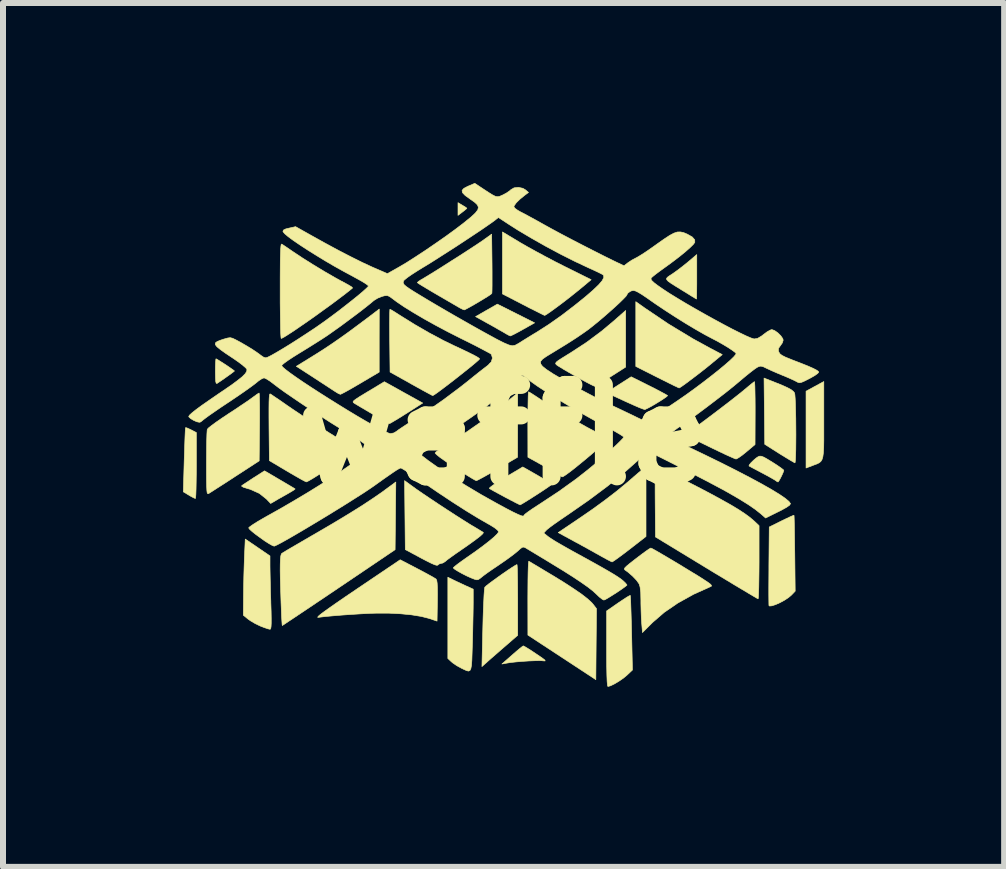
<source format=kicad_pcb>
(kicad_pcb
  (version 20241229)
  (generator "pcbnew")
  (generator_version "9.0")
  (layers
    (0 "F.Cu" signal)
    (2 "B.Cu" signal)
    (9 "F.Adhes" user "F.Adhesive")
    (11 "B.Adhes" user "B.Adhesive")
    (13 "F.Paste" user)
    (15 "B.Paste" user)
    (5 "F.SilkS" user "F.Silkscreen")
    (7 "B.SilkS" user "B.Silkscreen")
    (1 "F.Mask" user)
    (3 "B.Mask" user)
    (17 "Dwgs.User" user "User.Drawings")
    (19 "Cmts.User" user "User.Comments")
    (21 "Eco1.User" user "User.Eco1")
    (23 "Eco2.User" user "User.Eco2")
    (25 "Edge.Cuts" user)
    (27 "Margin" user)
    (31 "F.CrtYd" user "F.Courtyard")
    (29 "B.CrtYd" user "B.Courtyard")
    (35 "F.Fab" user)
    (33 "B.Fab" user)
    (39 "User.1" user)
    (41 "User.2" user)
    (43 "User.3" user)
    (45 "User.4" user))
  (footprint "waffle"
    (layer "F.Cu")
    (at 5.344 4.199)
    (property "Reference" "waffle" (at 0 0 0) (layer "F.SilkS") (effects (font (size 1.524 1.524) (thickness 0.3))))
    (attr through_hole)
    (fp_poly (pts (xy -0.688 -3.828) (xy -0.642 -3.8) (xy -0.616 -3.781) (xy -0.614 -3.779) (xy -0.629 -3.763) (xy -0.667 -3.732) (xy -0.688 -3.716) (xy -0.762 -3.66) (xy -0.762 -3.872) (xy -0.688 -3.828)) (stroke (width 0.01) (type solid)) (fill yes) (layer "F.SilkS"))
    (fp_poly (pts (xy 0.205 -2.025) (xy 0.515 -1.869) (xy 0.321 -1.76) (xy 0.24 -1.715) (xy 0.172 -1.679) (xy 0.126 -1.657) (xy 0.111 -1.651) (xy 0.084 -1.662) (xy 0.038 -1.687) (xy 0.032 -1.691) (xy -0.012 -1.717) (xy -0.083 -1.757) (xy -0.17 -1.807) (xy -0.251 -1.852) (xy -0.469 -1.973) (xy -0.288 -2.077) (xy -0.106 -2.181) (xy 0.205 -2.025)) (stroke (width 0.01) (type solid)) (fill yes) (layer "F.SilkS"))
    (fp_poly (pts (xy 5.334 -0.248) (xy 5.334 -0.06) (xy 5.334 0.09) (xy 5.332 0.208) (xy 5.327 0.297) (xy 5.318 0.362) (xy 5.304 0.409) (xy 5.284 0.441) (xy 5.257 0.463) (xy 5.221 0.481) (xy 5.175 0.498) (xy 5.146 0.509) (xy 5.038 0.55) (xy 5.038 -0.09) (xy 5.038 -0.73) (xy 5.186 -0.811) (xy 5.334 -0.891) (xy 5.334 -0.248)) (stroke (width 0.01) (type solid)) (fill yes) (layer "F.SilkS"))
    (fp_poly (pts (xy -5.281 -0.119) (xy -5.236 -0.099) (xy -5.209 -0.086) (xy -5.122 -0.041) (xy -5.122 0.508) (xy -5.123 0.656) (xy -5.125 0.789) (xy -5.127 0.901) (xy -5.13 0.987) (xy -5.134 1.041) (xy -5.138 1.058) (xy -5.164 1.048) (xy -5.213 1.022) (xy -5.247 1.002) (xy -5.339 0.947) (xy -5.324 0.415) (xy -5.319 0.27) (xy -5.315 0.139) (xy -5.311 0.029) (xy -5.307 -0.056) (xy -5.304 -0.108) (xy -5.302 -0.123) (xy -5.281 -0.119)) (stroke (width 0.01) (type solid)) (fill yes) (layer "F.SilkS"))
    (fp_poly (pts (xy 2.355 -2.113) (xy 2.745 -1.85) (xy 3.157 -1.601) (xy 3.435 -1.449) (xy 3.642 -1.34) (xy 3.479 -1.205) (xy 3.396 -1.137) (xy 3.304 -1.064) (xy 3.21 -0.991) (xy 3.12 -0.923) (xy 3.04 -0.863) (xy 2.976 -0.817) (xy 2.935 -0.79) (xy 2.923 -0.784) (xy 2.901 -0.794) (xy 2.847 -0.819) (xy 2.768 -0.858) (xy 2.67 -0.907) (xy 2.558 -0.963) (xy 2.556 -0.964) (xy 2.201 -1.143) (xy 2.201 -2.222) (xy 2.355 -2.113)) (stroke (width 0.01) (type solid)) (fill yes) (layer "F.SilkS"))
    (fp_poly (pts (xy 2.427 -0.819) (xy 2.53 -0.767) (xy 2.617 -0.721) (xy 2.684 -0.685) (xy 2.723 -0.662) (xy 2.731 -0.656) (xy 2.714 -0.639) (xy 2.669 -0.607) (xy 2.606 -0.566) (xy 2.534 -0.522) (xy 2.463 -0.48) (xy 2.401 -0.447) (xy 2.359 -0.427) (xy 2.348 -0.425) (xy 2.319 -0.434) (xy 2.259 -0.457) (xy 2.176 -0.493) (xy 2.076 -0.538) (xy 2.014 -0.566) (xy 1.711 -0.706) (xy 1.917 -0.838) (xy 2.124 -0.97) (xy 2.427 -0.819)) (stroke (width 0.01) (type solid)) (fill yes) (layer "F.SilkS"))
    (fp_poly (pts (xy 3.217 -2.636) (xy 3.217 -2.516) (xy 3.216 -2.412) (xy 3.215 -2.332) (xy 3.214 -2.281) (xy 3.212 -2.266) (xy 3.193 -2.277) (xy 3.145 -2.306) (xy 3.076 -2.349) (xy 2.993 -2.4) (xy 2.878 -2.471) (xy 2.795 -2.523) (xy 2.742 -2.56) (xy 2.716 -2.588) (xy 2.713 -2.61) (xy 2.731 -2.631) (xy 2.767 -2.657) (xy 2.817 -2.689) (xy 2.902 -2.75) (xy 2.997 -2.823) (xy 3.083 -2.893) (xy 3.217 -3.007) (xy 3.217 -2.636)) (stroke (width 0.01) (type solid)) (fill yes) (layer "F.SilkS"))
    (fp_poly (pts (xy -4.773 -1.259) (xy -4.728 -1.231) (xy -4.668 -1.193) (xy -4.604 -1.151) (xy -4.546 -1.111) (xy -4.504 -1.081) (xy -4.487 -1.067) (xy -4.487 -1.067) (xy -4.503 -1.053) (xy -4.544 -1.022) (xy -4.601 -0.981) (xy -4.663 -0.937) (xy -4.721 -0.897) (xy -4.765 -0.868) (xy -4.778 -0.859) (xy -4.791 -0.862) (xy -4.799 -0.89) (xy -4.803 -0.949) (xy -4.805 -1.044) (xy -4.805 -1.057) (xy -4.804 -1.146) (xy -4.801 -1.217) (xy -4.797 -1.261) (xy -4.794 -1.27) (xy -4.773 -1.259)) (stroke (width 0.01) (type solid)) (fill yes) (layer "F.SilkS"))
    (fp_poly (pts (xy 0.349 3.525) (xy 0.397 3.554) (xy 0.461 3.594) (xy 0.531 3.641) (xy 0.598 3.686) (xy 0.652 3.724) (xy 0.685 3.75) (xy 0.688 3.752) (xy 0.689 3.765) (xy 0.651 3.763) (xy 0.649 3.762) (xy 0.601 3.759) (xy 0.522 3.761) (xy 0.422 3.765) (xy 0.314 3.772) (xy 0.208 3.781) (xy 0.115 3.791) (xy 0.053 3.801) (xy -0.03 3.816) (xy 0.142 3.665) (xy 0.213 3.603) (xy 0.272 3.554) (xy 0.313 3.522) (xy 0.327 3.514) (xy 0.349 3.525)) (stroke (width 0.01) (type solid)) (fill yes) (layer "F.SilkS"))
    (fp_poly (pts (xy 0.44 2.116) (xy 0.493 2.148) (xy 0.571 2.194) (xy 0.667 2.252) (xy 0.777 2.318) (xy 0.794 2.328) (xy 0.997 2.452) (xy 1.163 2.56) (xy 1.296 2.651) (xy 1.396 2.729) (xy 1.467 2.794) (xy 1.494 2.826) (xy 1.546 2.894) (xy 1.54 3.486) (xy 1.535 4.077) (xy 0.403 3.334) (xy 0.402 2.713) (xy 0.403 2.557) (xy 0.404 2.415) (xy 0.406 2.294) (xy 0.409 2.198) (xy 0.413 2.133) (xy 0.417 2.104) (xy 0.418 2.103) (xy 0.44 2.116)) (stroke (width 0.01) (type solid)) (fill yes) (layer "F.SilkS"))
    (fp_poly (pts (xy 0.28 -3.203) (xy 0.395 -3.137) (xy 0.536 -3.059) (xy 0.692 -2.975) (xy 0.851 -2.891) (xy 1.003 -2.814) (xy 1.019 -2.806) (xy 1.457 -2.588) (xy 1.304 -2.46) (xy 1.223 -2.394) (xy 1.131 -2.32) (xy 1.035 -2.245) (xy 0.939 -2.172) (xy 0.85 -2.106) (xy 0.774 -2.051) (xy 0.717 -2.012) (xy 0.686 -1.994) (xy 0.682 -1.993) (xy 0.659 -2.003) (xy 0.605 -2.03) (xy 0.526 -2.07) (xy 0.427 -2.119) (xy 0.323 -2.173) (xy -0.021 -2.351) (xy -0.021 -3.384) (xy 0.28 -3.203)) (stroke (width 0.01) (type solid)) (fill yes) (layer "F.SilkS"))
    (fp_poly (pts (xy -3.734 0.745) (xy -3.642 0.799) (xy -3.564 0.845) (xy -3.507 0.879) (xy -3.478 0.897) (xy -3.476 0.899) (xy -3.489 0.911) (xy -3.531 0.938) (xy -3.592 0.974) (xy -3.592 0.974) (xy -3.672 1.019) (xy -3.752 1.064) (xy -3.799 1.092) (xy -3.884 1.141) (xy -3.953 1.068) (xy -4.072 0.973) (xy -4.224 0.905) (xy -4.285 0.887) (xy -4.339 0.87) (xy -4.367 0.853) (xy -4.367 0.846) (xy -4.343 0.828) (xy -4.291 0.794) (xy -4.221 0.748) (xy -4.168 0.713) (xy -3.986 0.597) (xy -3.734 0.745)) (stroke (width 0.01) (type solid)) (fill yes) (layer "F.SilkS"))
    (fp_poly (pts (xy -2.075 -1.573) (xy -2.075 -1.048) (xy -2.388 -0.863) (xy -2.492 -0.802) (xy -2.583 -0.75) (xy -2.657 -0.709) (xy -2.705 -0.685) (xy -2.721 -0.678) (xy -2.753 -0.69) (xy -2.783 -0.708) (xy -2.815 -0.728) (xy -2.875 -0.767) (xy -2.957 -0.821) (xy -3.054 -0.884) (xy -3.141 -0.941) (xy -3.456 -1.145) (xy -3.251 -1.271) (xy -3.111 -1.358) (xy -2.981 -1.441) (xy -2.857 -1.524) (xy -2.73 -1.612) (xy -2.594 -1.709) (xy -2.444 -1.82) (xy -2.271 -1.949) (xy -2.125 -2.06) (xy -2.074 -2.099) (xy -2.075 -1.573)) (stroke (width 0.01) (type solid)) (fill yes) (layer "F.SilkS"))
    (fp_poly (pts (xy -0.852 2.409) (xy -0.79 2.439) (xy -0.708 2.477) (xy -0.64 2.509) (xy -0.508 2.569) (xy -0.508 2.792) (xy -0.509 2.884) (xy -0.511 3.007) (xy -0.514 3.151) (xy -0.517 3.305) (xy -0.521 3.459) (xy -0.522 3.477) (xy -0.527 3.634) (xy -0.531 3.753) (xy -0.537 3.838) (xy -0.548 3.894) (xy -0.563 3.924) (xy -0.587 3.934) (xy -0.62 3.926) (xy -0.664 3.906) (xy -0.709 3.884) (xy -0.782 3.844) (xy -0.848 3.799) (xy -0.873 3.778) (xy -0.931 3.724) (xy -0.931 2.37) (xy -0.852 2.409)) (stroke (width 0.01) (type solid)) (fill yes) (layer "F.SilkS"))
    (fp_poly (pts (xy 2.111 2.696) (xy 2.115 2.755) (xy 2.118 2.846) (xy 2.122 2.963) (xy 2.126 3.102) (xy 2.13 3.256) (xy 2.131 3.299) (xy 2.145 3.916) (xy 2.055 4.001) (xy 1.995 4.051) (xy 1.921 4.102) (xy 1.846 4.147) (xy 1.78 4.179) (xy 1.736 4.191) (xy 1.729 4.17) (xy 1.723 4.106) (xy 1.719 4.001) (xy 1.716 3.853) (xy 1.715 3.663) (xy 1.715 3.561) (xy 1.715 2.932) (xy 1.908 2.798) (xy 1.986 2.746) (xy 2.05 2.704) (xy 2.094 2.679) (xy 2.109 2.673) (xy 2.111 2.696)) (stroke (width 0.01) (type solid)) (fill yes) (layer "F.SilkS"))
    (fp_poly (pts (xy -1.669 -0.71) (xy -1.35 -0.533) (xy -1.442 -0.474) (xy -1.599 -0.374) (xy -1.721 -0.297) (xy -1.812 -0.242) (xy -1.871 -0.207) (xy -1.9 -0.191) (xy -1.904 -0.191) (xy -1.926 -0.201) (xy -1.977 -0.229) (xy -2.052 -0.271) (xy -2.142 -0.323) (xy -2.181 -0.346) (xy -2.279 -0.404) (xy -2.368 -0.456) (xy -2.438 -0.498) (xy -2.483 -0.525) (xy -2.491 -0.53) (xy -2.507 -0.542) (xy -2.51 -0.555) (xy -2.496 -0.574) (xy -2.461 -0.6) (xy -2.4 -0.64) (xy -2.309 -0.695) (xy -2.263 -0.723) (xy -1.989 -0.888) (xy -1.669 -0.71)) (stroke (width 0.01) (type solid)) (fill yes) (layer "F.SilkS"))
    (fp_poly (pts (xy 4.513 -0.88) (xy 4.638 -0.83) (xy 4.728 -0.789) (xy 4.789 -0.756) (xy 4.827 -0.726) (xy 4.847 -0.7) (xy 4.852 -0.669) (xy 4.857 -0.605) (xy 4.861 -0.514) (xy 4.864 -0.401) (xy 4.867 -0.275) (xy 4.868 -0.141) (xy 4.869 -0.006) (xy 4.868 0.124) (xy 4.867 0.242) (xy 4.864 0.341) (xy 4.861 0.414) (xy 4.856 0.457) (xy 4.852 0.464) (xy 4.83 0.452) (xy 4.778 0.422) (xy 4.705 0.378) (xy 4.617 0.324) (xy 4.593 0.309) (xy 4.35 0.155) (xy 4.344 -0.397) (xy 4.338 -0.949) (xy 4.513 -0.88)) (stroke (width 0.01) (type solid)) (fill yes) (layer "F.SilkS"))
    (fp_poly (pts (xy 2.032 -1.132) (xy 1.785 -0.974) (xy 1.694 -0.916) (xy 1.617 -0.866) (xy 1.559 -0.83) (xy 1.528 -0.811) (xy 1.525 -0.81) (xy 1.503 -0.817) (xy 1.451 -0.842) (xy 1.378 -0.88) (xy 1.29 -0.928) (xy 1.28 -0.933) (xy 1.179 -0.99) (xy 1.081 -1.046) (xy 0.997 -1.095) (xy 0.944 -1.128) (xy 0.901 -1.154) (xy 0.874 -1.174) (xy 0.864 -1.193) (xy 0.875 -1.214) (xy 0.911 -1.243) (xy 0.975 -1.284) (xy 1.07 -1.343) (xy 1.111 -1.368) (xy 1.382 -1.545) (xy 1.63 -1.73) (xy 1.831 -1.898) (xy 2.032 -2.075) (xy 2.032 -1.132)) (stroke (width 0.01) (type solid)) (fill yes) (layer "F.SilkS"))
    (fp_poly (pts (xy 2.371 1.691) (xy 2.097 1.904) (xy 2.004 1.975) (xy 1.922 2.036) (xy 1.858 2.082) (xy 1.817 2.109) (xy 1.806 2.115) (xy 1.781 2.104) (xy 1.728 2.077) (xy 1.659 2.039) (xy 1.63 2.023) (xy 1.551 1.979) (xy 1.448 1.921) (xy 1.332 1.857) (xy 1.215 1.793) (xy 1.19 1.78) (xy 0.908 1.626) (xy 1.252 1.394) (xy 1.49 1.23) (xy 1.698 1.078) (xy 1.885 0.934) (xy 2.059 0.79) (xy 2.104 0.752) (xy 2.177 0.688) (xy 2.246 0.629) (xy 2.298 0.585) (xy 2.31 0.575) (xy 2.371 0.526) (xy 2.371 1.691)) (stroke (width 0.01) (type solid)) (fill yes) (layer "F.SilkS"))
    (fp_poly (pts (xy 4.839 1.36) (xy 4.841 1.419) (xy 4.843 1.509) (xy 4.845 1.627) (xy 4.847 1.765) (xy 4.849 1.92) (xy 4.85 1.973) (xy 4.857 2.602) (xy 4.795 2.667) (xy 4.744 2.71) (xy 4.677 2.754) (xy 4.603 2.794) (xy 4.531 2.826) (xy 4.47 2.846) (xy 4.43 2.85) (xy 4.42 2.842) (xy 4.419 2.818) (xy 4.418 2.756) (xy 4.417 2.663) (xy 4.417 2.543) (xy 4.418 2.402) (xy 4.419 2.246) (xy 4.419 2.179) (xy 4.425 1.533) (xy 4.628 1.432) (xy 4.711 1.392) (xy 4.779 1.36) (xy 4.824 1.341) (xy 4.837 1.338) (xy 4.839 1.36)) (stroke (width 0.01) (type solid)) (fill yes) (layer "F.SilkS"))
    (fp_poly (pts (xy -4.101 1.874) (xy -3.895 2.015) (xy -3.895 2.179) (xy -3.894 2.251) (xy -3.892 2.356) (xy -3.889 2.485) (xy -3.886 2.627) (xy -3.881 2.773) (xy -3.881 2.791) (xy -3.876 2.942) (xy -3.874 3.056) (xy -3.874 3.137) (xy -3.877 3.191) (xy -3.882 3.222) (xy -3.89 3.236) (xy -3.897 3.237) (xy -3.931 3.229) (xy -3.99 3.209) (xy -4.055 3.184) (xy -4.137 3.145) (xy -4.217 3.098) (xy -4.261 3.067) (xy -4.339 3.003) (xy -4.336 2.681) (xy -4.334 2.532) (xy -4.331 2.363) (xy -4.326 2.195) (xy -4.321 2.048) (xy -4.321 2.047) (xy -4.307 1.734) (xy -4.101 1.874)) (stroke (width 0.01) (type solid)) (fill yes) (layer "F.SilkS"))
    (fp_poly (pts (xy 4.295 0.354) (xy 4.336 0.37) (xy 4.396 0.404) (xy 4.478 0.454) (xy 4.556 0.504) (xy 4.618 0.547) (xy 4.657 0.577) (xy 4.667 0.588) (xy 4.659 0.617) (xy 4.638 0.665) (xy 4.612 0.718) (xy 4.587 0.762) (xy 4.572 0.782) (xy 4.571 0.783) (xy 4.547 0.771) (xy 4.539 0.764) (xy 4.513 0.747) (xy 4.458 0.715) (xy 4.382 0.673) (xy 4.307 0.633) (xy 4.222 0.588) (xy 4.152 0.551) (xy 4.104 0.525) (xy 4.087 0.515) (xy 4.093 0.496) (xy 4.122 0.461) (xy 4.164 0.42) (xy 4.209 0.382) (xy 4.241 0.361) (xy 4.266 0.352) (xy 4.295 0.354)) (stroke (width 0.01) (type solid)) (fill yes) (layer "F.SilkS"))
    (fp_poly (pts (xy 0.561 0.671) (xy 0.667 0.733) (xy 0.738 0.779) (xy 0.777 0.811) (xy 0.786 0.831) (xy 0.784 0.835) (xy 0.761 0.853) (xy 0.712 0.887) (xy 0.643 0.933) (xy 0.562 0.986) (xy 0.479 1.039) (xy 0.4 1.089) (xy 0.334 1.13) (xy 0.289 1.156) (xy 0.273 1.164) (xy 0.252 1.154) (xy 0.201 1.129) (xy 0.128 1.091) (xy 0.038 1.044) (xy 0.021 1.035) (xy -0.071 0.985) (xy -0.151 0.942) (xy -0.209 0.909) (xy -0.238 0.891) (xy -0.24 0.889) (xy -0.229 0.874) (xy -0.186 0.841) (xy -0.119 0.795) (xy -0.032 0.74) (xy 0.03 0.703) (xy 0.317 0.532) (xy 0.561 0.671)) (stroke (width 0.01) (type solid)) (fill yes) (layer "F.SilkS"))
    (fp_poly (pts (xy 0.224 2.179) (xy 0.227 2.237) (xy 0.229 2.325) (xy 0.231 2.44) (xy 0.232 2.576) (xy 0.233 2.728) (xy 0.233 2.749) (xy 0.233 3.338) (xy 0.037 3.508) (xy -0.051 3.584) (xy -0.139 3.661) (xy -0.215 3.727) (xy -0.261 3.768) (xy -0.363 3.859) (xy -0.348 3.215) (xy -0.344 3.053) (xy -0.339 2.903) (xy -0.333 2.772) (xy -0.328 2.665) (xy -0.322 2.586) (xy -0.317 2.543) (xy -0.315 2.537) (xy -0.294 2.516) (xy -0.245 2.477) (xy -0.176 2.426) (xy -0.096 2.368) (xy -0.011 2.308) (xy 0.07 2.252) (xy 0.141 2.205) (xy 0.194 2.172) (xy 0.22 2.159) (xy 0.221 2.159) (xy 0.224 2.179)) (stroke (width 0.01) (type solid)) (fill yes) (layer "F.SilkS"))
    (fp_poly (pts (xy -1.54 0.842) (xy -1.46 0.9) (xy -1.353 0.974) (xy -1.225 1.06) (xy -1.087 1.152) (xy -0.945 1.245) (xy -0.808 1.334) (xy -0.684 1.413) (xy -0.582 1.477) (xy -0.54 1.503) (xy -0.46 1.55) (xy -0.394 1.59) (xy -0.351 1.616) (xy -0.339 1.624) (xy -0.347 1.643) (xy -0.391 1.684) (xy -0.47 1.745) (xy -0.583 1.827) (xy -0.714 1.918) (xy -0.804 1.98) (xy -0.882 2.036) (xy -0.941 2.079) (xy -0.973 2.106) (xy -0.976 2.109) (xy -1.017 2.134) (xy -1.039 2.138) (xy -1.08 2.151) (xy -1.094 2.165) (xy -1.111 2.172) (xy -1.148 2.163) (xy -1.208 2.137) (xy -1.298 2.092) (xy -1.376 2.051) (xy -1.64 1.909) (xy -1.646 1.334) (xy -1.652 0.76) (xy -1.54 0.842)) (stroke (width 0.01) (type solid)) (fill yes) (layer "F.SilkS"))
    (fp_poly (pts (xy -1.439 2.228) (xy -1.338 2.281) (xy -1.248 2.33) (xy -1.178 2.369) (xy -1.135 2.395) (xy -1.127 2.401) (xy -1.116 2.423) (xy -1.109 2.469) (xy -1.105 2.543) (xy -1.104 2.651) (xy -1.105 2.764) (xy -1.111 3.101) (xy -1.249 3.055) (xy -1.375 3.023) (xy -1.534 2.997) (xy -1.717 2.979) (xy -1.915 2.969) (xy -2.119 2.969) (xy -2.223 2.972) (xy -2.379 2.98) (xy -2.54 2.99) (xy -2.697 3.001) (xy -2.841 3.013) (xy -2.964 3.024) (xy -3.058 3.035) (xy -3.09 3.039) (xy -3.101 3.037) (xy -3.09 3.021) (xy -3.056 2.991) (xy -2.996 2.946) (xy -2.908 2.883) (xy -2.791 2.801) (xy -2.643 2.699) (xy -2.461 2.576) (xy -2.445 2.565) (xy -1.725 2.079) (xy -1.439 2.228)) (stroke (width 0.01) (type solid)) (fill yes) (layer "F.SilkS"))
    (fp_poly (pts (xy 0.232 -0.166) (xy 0.231 0.37) (xy -0.103 0.566) (xy -0.21 0.629) (xy -0.306 0.683) (xy -0.383 0.725) (xy -0.435 0.752) (xy -0.457 0.761) (xy -0.481 0.75) (xy -0.533 0.72) (xy -0.607 0.675) (xy -0.693 0.621) (xy -0.709 0.611) (xy -0.854 0.516) (xy -0.973 0.436) (xy -1.062 0.373) (xy -1.119 0.327) (xy -1.143 0.301) (xy -1.143 0.299) (xy -1.126 0.28) (xy -1.085 0.252) (xy -1.074 0.245) (xy -0.992 0.195) (xy -0.884 0.126) (xy -0.76 0.044) (xy -0.626 -0.046) (xy -0.492 -0.139) (xy -0.363 -0.229) (xy -0.249 -0.311) (xy -0.157 -0.38) (xy -0.106 -0.42) (xy -0.023 -0.49) (xy 0.057 -0.556) (xy 0.123 -0.611) (xy 0.153 -0.636) (xy 0.233 -0.702) (xy 0.232 -0.166)) (stroke (width 0.01) (type solid)) (fill yes) (layer "F.SilkS"))
    (fp_poly (pts (xy -1.804 1.347) (xy -1.81 1.911) (xy -2.746 2.543) (xy -2.924 2.663) (xy -3.091 2.775) (xy -3.244 2.878) (xy -3.38 2.969) (xy -3.495 3.046) (xy -3.587 3.107) (xy -3.651 3.15) (xy -3.685 3.172) (xy -3.69 3.175) (xy -3.693 3.155) (xy -3.697 3.099) (xy -3.702 3.014) (xy -3.706 2.906) (xy -3.711 2.782) (xy -3.711 2.778) (xy -3.718 2.565) (xy -3.723 2.391) (xy -3.725 2.253) (xy -3.724 2.146) (xy -3.721 2.068) (xy -3.715 2.015) (xy -3.706 1.984) (xy -3.699 1.974) (xy -3.674 1.958) (xy -3.618 1.924) (xy -3.535 1.875) (xy -3.43 1.814) (xy -3.31 1.744) (xy -3.186 1.672) (xy -2.879 1.493) (xy -2.609 1.331) (xy -2.374 1.185) (xy -2.174 1.053) (xy -2.005 0.936) (xy -1.978 0.915) (xy -1.798 0.783) (xy -1.804 1.347)) (stroke (width 0.01) (type solid)) (fill yes) (layer "F.SilkS"))
    (fp_poly (pts (xy 0.435 -0.709) (xy 0.483 -0.679) (xy 0.551 -0.635) (xy 0.609 -0.596) (xy 0.987 -0.357) (xy 1.378 -0.134) (xy 1.472 -0.084) (xy 1.566 -0.034) (xy 1.645 0.008) (xy 1.704 0.04) (xy 1.733 0.057) (xy 1.736 0.059) (xy 1.727 0.077) (xy 1.69 0.117) (xy 1.63 0.173) (xy 1.553 0.242) (xy 1.465 0.319) (xy 1.37 0.399) (xy 1.274 0.478) (xy 1.183 0.552) (xy 1.102 0.615) (xy 1.036 0.663) (xy 0.991 0.692) (xy 0.974 0.698) (xy 0.951 0.686) (xy 0.921 0.665) (xy 0.886 0.643) (xy 0.824 0.605) (xy 0.741 0.558) (xy 0.647 0.505) (xy 0.641 0.502) (xy 0.403 0.37) (xy 0.402 -0.175) (xy 0.403 -0.322) (xy 0.404 -0.453) (xy 0.406 -0.565) (xy 0.408 -0.65) (xy 0.411 -0.703) (xy 0.414 -0.72) (xy 0.435 -0.709)) (stroke (width 0.01) (type solid)) (fill yes) (layer "F.SilkS"))
    (fp_poly (pts (xy -1.875 -2.085) (xy -1.826 -2.056) (xy -1.759 -2.013) (xy -1.71 -1.982) (xy -1.482 -1.84) (xy -1.241 -1.701) (xy -1.005 -1.575) (xy -0.826 -1.488) (xy -0.676 -1.418) (xy -0.562 -1.363) (xy -0.481 -1.322) (xy -0.43 -1.293) (xy -0.405 -1.274) (xy -0.402 -1.268) (xy -0.418 -1.25) (xy -0.462 -1.211) (xy -0.529 -1.155) (xy -0.612 -1.088) (xy -0.706 -1.013) (xy -0.805 -0.935) (xy -0.903 -0.859) (xy -0.995 -0.789) (xy -1.075 -0.729) (xy -1.136 -0.685) (xy -1.174 -0.661) (xy -1.183 -0.657) (xy -1.205 -0.667) (xy -1.257 -0.695) (xy -1.335 -0.737) (xy -1.431 -0.79) (xy -1.541 -0.851) (xy -1.545 -0.854) (xy -1.894 -1.049) (xy -1.9 -1.572) (xy -1.901 -1.716) (xy -1.902 -1.845) (xy -1.901 -1.953) (xy -1.9 -2.034) (xy -1.898 -2.083) (xy -1.896 -2.095) (xy -1.875 -2.085)) (stroke (width 0.01) (type solid)) (fill yes) (layer "F.SilkS"))
    (fp_poly (pts (xy 2.557 0.523) (xy 2.612 0.55) (xy 2.693 0.591) (xy 2.795 0.643) (xy 2.912 0.702) (xy 2.958 0.725) (xy 3.215 0.857) (xy 3.437 0.973) (xy 3.626 1.076) (xy 3.785 1.165) (xy 3.916 1.244) (xy 4.022 1.314) (xy 4.106 1.376) (xy 4.171 1.432) (xy 4.175 1.435) (xy 4.255 1.511) (xy 4.255 2.121) (xy 4.254 2.277) (xy 4.252 2.418) (xy 4.25 2.538) (xy 4.247 2.634) (xy 4.244 2.699) (xy 4.24 2.728) (xy 4.239 2.73) (xy 4.218 2.719) (xy 4.165 2.688) (xy 4.082 2.639) (xy 3.975 2.575) (xy 3.846 2.498) (xy 3.699 2.409) (xy 3.537 2.312) (xy 3.376 2.214) (xy 2.529 1.699) (xy 2.524 1.102) (xy 2.523 0.948) (xy 2.523 0.81) (xy 2.524 0.691) (xy 2.527 0.599) (xy 2.53 0.537) (xy 2.534 0.512) (xy 2.534 0.511) (xy 2.557 0.523)) (stroke (width 0.01) (type solid)) (fill yes) (layer "F.SilkS"))
    (fp_poly (pts (xy 4.182 -0.869) (xy 4.185 -0.812) (xy 4.187 -0.724) (xy 4.189 -0.611) (xy 4.19 -0.479) (xy 4.19 -0.365) (xy 4.188 0.159) (xy 4.044 0.28) (xy 3.976 0.335) (xy 3.918 0.376) (xy 3.879 0.398) (xy 3.87 0.4) (xy 3.844 0.391) (xy 3.785 0.365) (xy 3.7 0.327) (xy 3.595 0.277) (xy 3.476 0.22) (xy 3.429 0.197) (xy 3.294 0.131) (xy 3.193 0.081) (xy 3.121 0.044) (xy 3.076 0.017) (xy 3.052 -0.002) (xy 3.045 -0.016) (xy 3.052 -0.027) (xy 3.068 -0.039) (xy 3.068 -0.039) (xy 3.13 -0.082) (xy 3.217 -0.145) (xy 3.324 -0.224) (xy 3.443 -0.313) (xy 3.567 -0.407) (xy 3.69 -0.501) (xy 3.804 -0.589) (xy 3.903 -0.667) (xy 3.979 -0.728) (xy 4.015 -0.758) (xy 4.082 -0.814) (xy 4.137 -0.859) (xy 4.171 -0.885) (xy 4.179 -0.889) (xy 4.182 -0.869)) (stroke (width 0.01) (type solid)) (fill yes) (layer "F.SilkS"))
    (fp_poly (pts (xy -0.195 -2.865) (xy -0.194 -2.725) (xy -0.194 -2.599) (xy -0.194 -2.494) (xy -0.195 -2.414) (xy -0.197 -2.368) (xy -0.199 -2.359) (xy -0.218 -2.342) (xy -0.266 -2.31) (xy -0.334 -2.268) (xy -0.412 -2.221) (xy -0.492 -2.174) (xy -0.566 -2.132) (xy -0.625 -2.1) (xy -0.656 -2.085) (xy -0.679 -2.092) (xy -0.725 -2.115) (xy -0.743 -2.125) (xy -0.925 -2.231) (xy -1.073 -2.317) (xy -1.191 -2.386) (xy -1.282 -2.44) (xy -1.348 -2.48) (xy -1.394 -2.508) (xy -1.423 -2.527) (xy -1.436 -2.537) (xy -1.439 -2.541) (xy -1.422 -2.558) (xy -1.38 -2.586) (xy -1.349 -2.603) (xy -1.295 -2.636) (xy -1.211 -2.687) (xy -1.106 -2.752) (xy -0.986 -2.828) (xy -0.858 -2.91) (xy -0.728 -2.992) (xy -0.605 -3.072) (xy -0.493 -3.145) (xy -0.401 -3.206) (xy -0.335 -3.251) (xy -0.323 -3.26) (xy -0.201 -3.347) (xy -0.195 -2.865)) (stroke (width 0.01) (type solid)) (fill yes) (layer "F.SilkS"))
    (fp_poly (pts (xy -3.864 -0.668) (xy -3.81 -0.631) (xy -3.734 -0.58) (xy -3.645 -0.518) (xy -3.598 -0.485) (xy -3.492 -0.413) (xy -3.363 -0.327) (xy -3.219 -0.234) (xy -3.069 -0.137) (xy -2.921 -0.044) (xy -2.783 0.042) (xy -2.663 0.115) (xy -2.57 0.17) (xy -2.567 0.172) (xy -2.515 0.203) (xy -2.483 0.226) (xy -2.477 0.233) (xy -2.495 0.252) (xy -2.542 0.29) (xy -2.612 0.342) (xy -2.7 0.405) (xy -2.799 0.473) (xy -2.903 0.544) (xy -3.006 0.612) (xy -3.102 0.674) (xy -3.184 0.725) (xy -3.247 0.762) (xy -3.284 0.78) (xy -3.29 0.781) (xy -3.315 0.77) (xy -3.37 0.741) (xy -3.447 0.697) (xy -3.541 0.643) (xy -3.609 0.603) (xy -3.905 0.427) (xy -3.911 -0.137) (xy -3.912 -0.311) (xy -3.912 -0.447) (xy -3.911 -0.548) (xy -3.908 -0.619) (xy -3.904 -0.662) (xy -3.898 -0.683) (xy -3.89 -0.685) (xy -3.864 -0.668)) (stroke (width 0.01) (type solid)) (fill yes) (layer "F.SilkS"))
    (fp_poly (pts (xy -4.073 -0.678) (xy -4.071 -0.621) (xy -4.069 -0.533) (xy -4.068 -0.418) (xy -4.068 -0.284) (xy -4.069 -0.134) (xy -4.069 -0.134) (xy -4.075 0.431) (xy -4.477 0.692) (xy -4.595 0.769) (xy -4.702 0.838) (xy -4.794 0.897) (xy -4.864 0.942) (xy -4.907 0.969) (xy -4.916 0.975) (xy -4.927 0.979) (xy -4.936 0.974) (xy -4.943 0.956) (xy -4.947 0.919) (xy -4.95 0.859) (xy -4.952 0.771) (xy -4.953 0.65) (xy -4.953 0.493) (xy -4.953 0.468) (xy -4.952 0.321) (xy -4.951 0.187) (xy -4.949 0.072) (xy -4.946 -0.018) (xy -4.942 -0.077) (xy -4.939 -0.096) (xy -4.918 -0.119) (xy -4.866 -0.16) (xy -4.791 -0.215) (xy -4.697 -0.28) (xy -4.59 -0.351) (xy -4.585 -0.355) (xy -4.472 -0.428) (xy -4.367 -0.499) (xy -4.276 -0.56) (xy -4.207 -0.609) (xy -4.167 -0.638) (xy -4.118 -0.674) (xy -4.084 -0.696) (xy -4.076 -0.699) (xy -4.073 -0.678)) (stroke (width 0.01) (type solid)) (fill yes) (layer "F.SilkS"))
    (fp_poly (pts (xy -3.698 -3.181) (xy -3.669 -3.162) (xy -3.615 -3.126) (xy -3.545 -3.078) (xy -3.513 -3.056) (xy -3.355 -2.951) (xy -3.177 -2.839) (xy -2.994 -2.728) (xy -2.821 -2.628) (xy -2.72 -2.572) (xy -2.628 -2.523) (xy -2.568 -2.489) (xy -2.534 -2.468) (xy -2.521 -2.455) (xy -2.524 -2.444) (xy -2.538 -2.433) (xy -2.544 -2.429) (xy -2.638 -2.354) (xy -2.749 -2.27) (xy -2.872 -2.178) (xy -3.002 -2.084) (xy -3.133 -1.989) (xy -3.262 -1.898) (xy -3.384 -1.814) (xy -3.493 -1.739) (xy -3.585 -1.679) (xy -3.655 -1.635) (xy -3.698 -1.612) (xy -3.708 -1.609) (xy -3.712 -1.629) (xy -3.716 -1.687) (xy -3.719 -1.778) (xy -3.721 -1.898) (xy -3.723 -2.041) (xy -3.725 -2.204) (xy -3.725 -2.381) (xy -3.725 -2.403) (xy -3.725 -2.613) (xy -3.724 -2.784) (xy -3.723 -2.92) (xy -3.72 -3.023) (xy -3.717 -3.098) (xy -3.713 -3.147) (xy -3.708 -3.174) (xy -3.701 -3.182) (xy -3.698 -3.181)) (stroke (width 0.01) (type solid)) (fill yes) (layer "F.SilkS"))
    (fp_poly (pts (xy 2.475 1.894) (xy 2.53 1.924) (xy 2.611 1.971) (xy 2.713 2.031) (xy 2.833 2.102) (xy 2.965 2.181) (xy 2.987 2.195) (xy 3.136 2.286) (xy 3.253 2.357) (xy 3.34 2.413) (xy 3.401 2.453) (xy 3.44 2.482) (xy 3.459 2.502) (xy 3.463 2.515) (xy 3.454 2.524) (xy 3.448 2.526) (xy 3.162 2.655) (xy 2.903 2.799) (xy 2.674 2.956) (xy 2.482 3.122) (xy 2.474 3.13) (xy 2.312 3.292) (xy 2.299 3.135) (xy 2.293 3.042) (xy 2.289 2.926) (xy 2.286 2.806) (xy 2.286 2.758) (xy 2.283 2.625) (xy 2.272 2.532) (xy 2.256 2.481) (xy 2.214 2.421) (xy 2.148 2.352) (xy 2.073 2.287) (xy 2.036 2.26) (xy 2.017 2.246) (xy 2.01 2.232) (xy 2.019 2.213) (xy 2.048 2.184) (xy 2.101 2.14) (xy 2.183 2.076) (xy 2.209 2.056) (xy 2.293 1.992) (xy 2.365 1.939) (xy 2.42 1.901) (xy 2.45 1.884) (xy 2.452 1.884) (xy 2.475 1.894)) (stroke (width 0.01) (type solid)) (fill yes) (layer "F.SilkS"))
    (fp_poly (pts (xy -0.342 -4.101) (xy -0.249 -4.04) (xy -0.184 -4) (xy -0.138 -3.977) (xy -0.102 -3.971) (xy -0.068 -3.977) (xy -0.028 -3.995) (xy -0.013 -4.001) (xy 0.051 -4.036) (xy 0.104 -4.073) (xy 0.118 -4.087) (xy 0.173 -4.119) (xy 0.245 -4.127) (xy 0.319 -4.111) (xy 0.363 -4.085) (xy 0.413 -4.042) (xy 0.35 -3.995) (xy 0.269 -3.929) (xy 0.209 -3.87) (xy 0.175 -3.822) (xy 0.169 -3.804) (xy 0.187 -3.778) (xy 0.233 -3.745) (xy 0.28 -3.718) (xy 0.339 -3.688) (xy 0.424 -3.642) (xy 0.527 -3.586) (xy 0.636 -3.525) (xy 0.677 -3.502) (xy 0.804 -3.432) (xy 0.96 -3.348) (xy 1.135 -3.256) (xy 1.319 -3.161) (xy 1.503 -3.067) (xy 1.677 -2.979) (xy 1.831 -2.903) (xy 1.866 -2.886) (xy 2.005 -2.82) (xy 2.07 -2.871) (xy 2.135 -2.914) (xy 2.202 -2.95) (xy 2.205 -2.951) (xy 2.246 -2.974) (xy 2.314 -3.016) (xy 2.4 -3.073) (xy 2.497 -3.141) (xy 2.557 -3.184) (xy 2.675 -3.267) (xy 2.765 -3.326) (xy 2.836 -3.364) (xy 2.894 -3.383) (xy 2.946 -3.384) (xy 3 -3.372) (xy 3.059 -3.347) (xy 3.142 -3.3) (xy 3.183 -3.253) (xy 3.184 -3.21) (xy 3.159 -3.176) (xy 3.104 -3.122) (xy 3.026 -3.053) (xy 2.929 -2.974) (xy 2.819 -2.89) (xy 2.702 -2.804) (xy 2.689 -2.795) (xy 2.606 -2.735) (xy 2.535 -2.682) (xy 2.484 -2.641) (xy 2.46 -2.62) (xy 2.453 -2.6) (xy 2.466 -2.575) (xy 2.505 -2.538) (xy 2.567 -2.491) (xy 2.653 -2.431) (xy 2.763 -2.359) (xy 2.893 -2.279) (xy 3.038 -2.192) (xy 3.192 -2.103) (xy 3.351 -2.013) (xy 3.51 -1.925) (xy 3.663 -1.842) (xy 3.805 -1.767) (xy 3.933 -1.703) (xy 4.039 -1.652) (xy 4.12 -1.617) (xy 4.171 -1.601) (xy 4.175 -1.601) (xy 4.23 -1.61) (xy 4.296 -1.649) (xy 4.331 -1.676) (xy 4.39 -1.72) (xy 4.442 -1.749) (xy 4.468 -1.757) (xy 4.513 -1.741) (xy 4.567 -1.703) (xy 4.617 -1.654) (xy 4.65 -1.606) (xy 4.657 -1.581) (xy 4.643 -1.535) (xy 4.61 -1.488) (xy 4.579 -1.444) (xy 4.578 -1.401) (xy 4.584 -1.384) (xy 4.602 -1.354) (xy 4.637 -1.327) (xy 4.696 -1.297) (xy 4.788 -1.26) (xy 4.794 -1.257) (xy 4.95 -1.197) (xy 5.07 -1.149) (xy 5.156 -1.111) (xy 5.212 -1.082) (xy 5.242 -1.061) (xy 5.249 -1.047) (xy 5.232 -1.026) (xy 5.185 -0.992) (xy 5.117 -0.953) (xy 5.091 -0.939) (xy 5.014 -0.9) (xy 4.963 -0.878) (xy 4.929 -0.871) (xy 4.901 -0.878) (xy 4.874 -0.893) (xy 4.826 -0.917) (xy 4.753 -0.95) (xy 4.669 -0.986) (xy 4.65 -0.993) (xy 4.557 -1.032) (xy 4.465 -1.072) (xy 4.392 -1.106) (xy 4.385 -1.109) (xy 4.325 -1.138) (xy 4.285 -1.148) (xy 4.251 -1.141) (xy 4.224 -1.128) (xy 4.185 -1.102) (xy 4.123 -1.055) (xy 4.044 -0.992) (xy 3.958 -0.92) (xy 3.938 -0.903) (xy 3.829 -0.812) (xy 3.693 -0.703) (xy 3.54 -0.585) (xy 3.38 -0.463) (xy 3.222 -0.345) (xy 3.074 -0.237) (xy 2.945 -0.147) (xy 2.898 -0.116) (xy 2.831 -0.067) (xy 2.78 -0.023) (xy 2.753 0.008) (xy 2.752 0.014) (xy 2.771 0.036) (xy 2.826 0.072) (xy 2.915 0.12) (xy 3.034 0.179) (xy 3.043 0.183) (xy 3.345 0.328) (xy 3.623 0.464) (xy 3.875 0.591) (xy 4.1 0.708) (xy 4.296 0.814) (xy 4.46 0.907) (xy 4.593 0.988) (xy 4.691 1.055) (xy 4.753 1.107) (xy 4.779 1.143) (xy 4.779 1.144) (xy 4.764 1.169) (xy 4.713 1.205) (xy 4.623 1.255) (xy 4.574 1.279) (xy 4.364 1.383) (xy 4.289 1.317) (xy 4.194 1.241) (xy 4.075 1.159) (xy 3.927 1.067) (xy 3.746 0.962) (xy 3.656 0.912) (xy 3.568 0.865) (xy 3.459 0.807) (xy 3.335 0.742) (xy 3.201 0.673) (xy 3.063 0.601) (xy 2.925 0.531) (xy 2.793 0.464) (xy 2.672 0.403) (xy 2.568 0.351) (xy 2.486 0.31) (xy 2.43 0.284) (xy 2.407 0.275) (xy 2.388 0.289) (xy 2.345 0.325) (xy 2.286 0.378) (xy 2.251 0.411) (xy 2.003 0.631) (xy 1.727 0.854) (xy 1.419 1.084) (xy 1.074 1.324) (xy 1.037 1.349) (xy 0.937 1.417) (xy 0.847 1.48) (xy 0.773 1.534) (xy 0.724 1.573) (xy 0.709 1.587) (xy 0.667 1.633) (xy 0.74 1.693) (xy 0.784 1.723) (xy 0.856 1.769) (xy 0.95 1.824) (xy 1.057 1.885) (xy 1.132 1.927) (xy 1.334 2.038) (xy 1.503 2.131) (xy 1.64 2.208) (xy 1.751 2.272) (xy 1.837 2.323) (xy 1.903 2.365) (xy 1.952 2.399) (xy 1.986 2.426) (xy 2.029 2.467) (xy 2.052 2.496) (xy 2.053 2.503) (xy 2.014 2.534) (xy 1.955 2.576) (xy 1.884 2.624) (xy 1.81 2.671) (xy 1.744 2.712) (xy 1.694 2.741) (xy 1.669 2.751) (xy 1.64 2.736) (xy 1.593 2.699) (xy 1.545 2.653) (xy 1.485 2.598) (xy 1.402 2.533) (xy 1.294 2.457) (xy 1.159 2.367) (xy 0.992 2.261) (xy 0.792 2.139) (xy 0.735 2.104) (xy 0.629 2.04) (xy 0.531 1.981) (xy 0.45 1.932) (xy 0.393 1.898) (xy 0.371 1.884) (xy 0.338 1.868) (xy 0.311 1.87) (xy 0.277 1.894) (xy 0.239 1.929) (xy 0.191 1.969) (xy 0.118 2.025) (xy 0.027 2.091) (xy -0.072 2.159) (xy -0.095 2.175) (xy -0.189 2.238) (xy -0.271 2.295) (xy -0.335 2.342) (xy -0.373 2.372) (xy -0.379 2.378) (xy -0.42 2.407) (xy -0.447 2.413) (xy -0.485 2.404) (xy -0.544 2.381) (xy -0.617 2.348) (xy -0.692 2.31) (xy -0.76 2.272) (xy -0.812 2.24) (xy -0.839 2.217) (xy -0.84 2.212) (xy -0.82 2.193) (xy -0.773 2.155) (xy -0.705 2.105) (xy -0.623 2.047) (xy -0.478 1.946) (xy -0.351 1.853) (xy -0.244 1.77) (xy -0.162 1.701) (xy -0.108 1.648) (xy -0.085 1.615) (xy -0.085 1.611) (xy -0.104 1.584) (xy -0.156 1.543) (xy -0.237 1.493) (xy -0.258 1.482) (xy -0.428 1.384) (xy -0.626 1.263) (xy -0.848 1.121) (xy -1.088 0.962) (xy -1.317 0.806) (xy -1.428 0.731) (xy -1.529 0.664) (xy -1.612 0.609) (xy -1.674 0.571) (xy -1.708 0.552) (xy -1.713 0.55) (xy -1.728 0.553) (xy -1.752 0.565) (xy -1.789 0.587) (xy -1.843 0.623) (xy -1.918 0.675) (xy -2.02 0.746) (xy -2.151 0.84) (xy -2.159 0.846) (xy -2.238 0.9) (xy -2.34 0.968) (xy -2.463 1.046) (xy -2.6 1.133) (xy -2.748 1.225) (xy -2.902 1.32) (xy -3.057 1.414) (xy -3.21 1.506) (xy -3.356 1.593) (xy -3.489 1.671) (xy -3.607 1.739) (xy -3.704 1.793) (xy -3.776 1.831) (xy -3.819 1.85) (xy -3.826 1.852) (xy -3.858 1.84) (xy -3.913 1.809) (xy -3.982 1.765) (xy -4.056 1.712) (xy -4.129 1.659) (xy -4.191 1.61) (xy -4.234 1.571) (xy -4.25 1.548) (xy -4.25 1.547) (xy -4.23 1.528) (xy -4.179 1.492) (xy -4.105 1.445) (xy -4.012 1.391) (xy -3.958 1.36) (xy -3.724 1.229) (xy -3.497 1.097) (xy -3.279 0.967) (xy -3.075 0.841) (xy -2.886 0.721) (xy -2.716 0.608) (xy -2.568 0.505) (xy -2.444 0.413) (xy -2.347 0.335) (xy -2.3 0.291) (xy -1.417 0.291) (xy -1.416 0.304) (xy -1.258 0.426) (xy -1.067 0.561) (xy -0.851 0.704) (xy -0.617 0.85) (xy -0.37 0.997) (xy -0.118 1.138) (xy 0.042 1.225) (xy 0.156 1.284) (xy 0.238 1.323) (xy 0.292 1.345) (xy 0.323 1.352) (xy 0.337 1.344) (xy 0.339 1.336) (xy 0.356 1.318) (xy 0.402 1.283) (xy 0.472 1.234) (xy 0.559 1.177) (xy 0.598 1.152) (xy 0.919 0.94) (xy 1.211 0.73) (xy 1.397 0.584) (xy 1.5 0.499) (xy 1.606 0.409) (xy 1.708 0.319) (xy 1.803 0.234) (xy 1.884 0.159) (xy 1.947 0.097) (xy 1.988 0.054) (xy 2 0.035) (xy 1.982 0.018) (xy 1.932 -0.014) (xy 1.856 -0.058) (xy 1.76 -0.112) (xy 1.649 -0.17) (xy 1.647 -0.172) (xy 1.493 -0.253) (xy 1.329 -0.345) (xy 1.161 -0.441) (xy 0.995 -0.54) (xy 0.836 -0.638) (xy 0.69 -0.73) (xy 0.562 -0.814) (xy 0.459 -0.887) (xy 0.386 -0.944) (xy 0.372 -0.956) (xy 0.333 -0.985) (xy 0.308 -0.995) (xy 0.285 -0.981) (xy 0.239 -0.942) (xy 0.176 -0.885) (xy 0.102 -0.816) (xy 0.095 -0.809) (xy -0.005 -0.716) (xy -0.122 -0.613) (xy -0.24 -0.515) (xy -0.312 -0.459) (xy -0.419 -0.381) (xy -0.548 -0.29) (xy -0.69 -0.192) (xy -0.836 -0.094) (xy -0.978 -0.002) (xy -1.107 0.08) (xy -1.214 0.146) (xy -1.252 0.168) (xy -1.333 0.217) (xy -1.39 0.259) (xy -1.417 0.291) (xy -2.3 0.291) (xy -2.281 0.272) (xy -2.248 0.227) (xy -2.244 0.213) (xy -2.262 0.19) (xy -2.313 0.151) (xy -2.392 0.097) (xy -2.495 0.031) (xy -2.578 -0.019) (xy -2.724 -0.108) (xy -2.883 -0.207) (xy -3.048 -0.313) (xy -3.213 -0.42) (xy -3.373 -0.526) (xy -3.52 -0.626) (xy -3.65 -0.715) (xy -3.755 -0.791) (xy -3.826 -0.845) (xy -3.893 -0.896) (xy -3.951 -0.933) (xy -3.99 -0.951) (xy -3.995 -0.952) (xy -4.031 -0.938) (xy -4.083 -0.904) (xy -4.117 -0.876) (xy -4.16 -0.842) (xy -4.232 -0.789) (xy -4.325 -0.723) (xy -4.435 -0.647) (xy -4.554 -0.567) (xy -4.593 -0.541) (xy -4.709 -0.464) (xy -4.814 -0.392) (xy -4.902 -0.331) (xy -4.968 -0.283) (xy -5.007 -0.253) (xy -5.014 -0.247) (xy -5.05 -0.218) (xy -5.071 -0.212) (xy -5.115 -0.221) (xy -5.169 -0.245) (xy -5.217 -0.274) (xy -5.246 -0.301) (xy -5.249 -0.309) (xy -5.237 -0.33) (xy -5.198 -0.366) (xy -5.132 -0.419) (xy -5.036 -0.49) (xy -4.908 -0.579) (xy -4.747 -0.69) (xy -4.676 -0.738) (xy -4.537 -0.833) (xy -4.432 -0.911) (xy -4.356 -0.972) (xy -4.308 -1.021) (xy -4.283 -1.06) (xy -4.279 -1.092) (xy -4.279 -1.093) (xy -4.299 -1.119) (xy -4.343 -1.157) (xy -3.7 -1.157) (xy -3.685 -1.134) (xy -3.638 -1.093) (xy -3.562 -1.035) (xy -3.462 -0.964) (xy -3.342 -0.882) (xy -3.207 -0.793) (xy -3.06 -0.698) (xy -2.905 -0.6) (xy -2.748 -0.502) (xy -2.592 -0.406) (xy -2.441 -0.315) (xy -2.299 -0.232) (xy -2.171 -0.16) (xy -2.061 -0.1) (xy -1.973 -0.056) (xy -1.911 -0.029) (xy -1.885 -0.023) (xy -1.83 -0.035) (xy -1.79 -0.059) (xy -1.754 -0.086) (xy -1.692 -0.128) (xy -1.613 -0.18) (xy -1.545 -0.222) (xy -1.279 -0.395) (xy -1.002 -0.589) (xy -0.731 -0.792) (xy -0.595 -0.899) (xy -0.5 -0.976) (xy -0.41 -1.048) (xy -0.334 -1.107) (xy -0.279 -1.149) (xy -0.262 -1.162) (xy -0.237 -1.188) (xy 0.614 -1.188) (xy 0.646 -1.145) (xy 0.712 -1.092) (xy 0.815 -1.025) (xy 0.82 -1.021) (xy 1.172 -0.814) (xy 1.554 -0.613) (xy 1.833 -0.478) (xy 1.95 -0.423) (xy 2.059 -0.371) (xy 2.153 -0.326) (xy 2.222 -0.292) (xy 2.253 -0.277) (xy 2.321 -0.245) (xy 2.37 -0.236) (xy 2.414 -0.248) (xy 2.451 -0.269) (xy 2.494 -0.298) (xy 2.519 -0.317) (xy 2.519 -0.317) (xy 2.54 -0.332) (xy 2.589 -0.366) (xy 2.66 -0.413) (xy 2.747 -0.47) (xy 2.772 -0.487) (xy 2.905 -0.577) (xy 3.045 -0.674) (xy 3.187 -0.777) (xy 3.326 -0.881) (xy 3.458 -0.983) (xy 3.579 -1.079) (xy 3.685 -1.167) (xy 3.771 -1.242) (xy 3.834 -1.303) (xy 3.868 -1.344) (xy 3.873 -1.357) (xy 3.856 -1.377) (xy 3.809 -1.412) (xy 3.74 -1.458) (xy 3.655 -1.509) (xy 3.564 -1.561) (xy 3.479 -1.605) (xy 3.349 -1.674) (xy 3.195 -1.762) (xy 3.026 -1.863) (xy 2.854 -1.971) (xy 2.687 -2.079) (xy 2.535 -2.181) (xy 2.503 -2.203) (xy 2.389 -2.283) (xy 2.303 -2.341) (xy 2.24 -2.379) (xy 2.194 -2.401) (xy 2.16 -2.408) (xy 2.131 -2.403) (xy 2.106 -2.392) (xy 2.067 -2.363) (xy 2.053 -2.337) (xy 2.038 -2.313) (xy 1.995 -2.268) (xy 1.931 -2.205) (xy 1.85 -2.13) (xy 1.759 -2.049) (xy 1.663 -1.965) (xy 1.567 -1.884) (xy 1.477 -1.811) (xy 1.411 -1.759) (xy 1.325 -1.698) (xy 1.218 -1.625) (xy 1.105 -1.552) (xy 1.027 -1.503) (xy 0.929 -1.443) (xy 0.836 -1.386) (xy 0.757 -1.338) (xy 0.708 -1.308) (xy 0.647 -1.265) (xy 0.615 -1.227) (xy 0.614 -1.188) (xy -0.237 -1.188) (xy -0.208 -1.218) (xy -0.188 -1.282) (xy -0.205 -1.343) (xy -0.207 -1.345) (xy -0.229 -1.361) (xy -0.285 -1.391) (xy -0.368 -1.435) (xy -0.473 -1.49) (xy -0.596 -1.552) (xy -0.72 -1.613) (xy -0.929 -1.719) (xy -1.134 -1.828) (xy -1.328 -1.936) (xy -1.505 -2.04) (xy -1.66 -2.136) (xy -1.785 -2.221) (xy -1.85 -2.27) (xy -1.902 -2.308) (xy -1.94 -2.324) (xy -1.984 -2.321) (xy -2.026 -2.31) (xy -2.098 -2.282) (xy -2.163 -2.242) (xy -2.176 -2.231) (xy -2.22 -2.194) (xy -2.291 -2.137) (xy -2.383 -2.065) (xy -2.489 -1.985) (xy -2.602 -1.901) (xy -2.715 -1.817) (xy -2.822 -1.741) (xy -2.915 -1.675) (xy -2.953 -1.649) (xy -3.034 -1.596) (xy -3.14 -1.529) (xy -3.258 -1.455) (xy -3.375 -1.383) (xy -3.408 -1.363) (xy -3.506 -1.302) (xy -3.591 -1.246) (xy -3.655 -1.2) (xy -3.693 -1.168) (xy -3.7 -1.157) (xy -4.343 -1.157) (xy -4.348 -1.162) (xy -4.419 -1.216) (xy -4.504 -1.275) (xy -4.512 -1.28) (xy -4.635 -1.362) (xy -4.723 -1.425) (xy -4.78 -1.472) (xy -4.806 -1.507) (xy -4.804 -1.535) (xy -4.776 -1.557) (xy -4.722 -1.579) (xy -4.669 -1.597) (xy -4.602 -1.616) (xy -4.558 -1.622) (xy -4.518 -1.612) (xy -4.466 -1.587) (xy -4.382 -1.542) (xy -4.289 -1.488) (xy -4.198 -1.433) (xy -4.12 -1.381) (xy -4.064 -1.341) (xy -4.051 -1.33) (xy -4.004 -1.298) (xy -3.966 -1.286) (xy -3.934 -1.296) (xy -3.872 -1.327) (xy -3.786 -1.376) (xy -3.678 -1.44) (xy -3.556 -1.515) (xy -3.424 -1.599) (xy -3.286 -1.689) (xy -3.147 -1.781) (xy -3.079 -1.828) (xy -2.978 -1.899) (xy -2.868 -1.98) (xy -2.753 -2.066) (xy -2.64 -2.154) (xy -2.532 -2.239) (xy -2.435 -2.317) (xy -2.354 -2.385) (xy -2.294 -2.439) (xy -2.26 -2.473) (xy -2.254 -2.483) (xy -2.272 -2.502) (xy -2.321 -2.535) (xy -2.324 -2.537) (xy -1.676 -2.537) (xy -1.66 -2.506) (xy -1.622 -2.473) (xy -1.576 -2.441) (xy -1.498 -2.391) (xy -1.393 -2.327) (xy -1.267 -2.251) (xy -1.125 -2.167) (xy -0.971 -2.077) (xy -0.812 -1.985) (xy -0.652 -1.894) (xy -0.497 -1.806) (xy -0.352 -1.725) (xy -0.221 -1.653) (xy -0.111 -1.593) (xy -0.026 -1.55) (xy 0.011 -1.532) (xy 0.087 -1.5) (xy 0.142 -1.487) (xy 0.189 -1.495) (xy 0.243 -1.524) (xy 0.269 -1.54) (xy 0.327 -1.577) (xy 0.408 -1.627) (xy 0.499 -1.683) (xy 0.545 -1.71) (xy 0.751 -1.842) (xy 0.963 -1.991) (xy 1.186 -2.162) (xy 1.362 -2.304) (xy 1.489 -2.414) (xy 1.582 -2.503) (xy 1.641 -2.572) (xy 1.668 -2.625) (xy 1.664 -2.661) (xy 1.659 -2.667) (xy 1.634 -2.682) (xy 1.577 -2.711) (xy 1.498 -2.748) (xy 1.405 -2.79) (xy 1.397 -2.794) (xy 1.182 -2.895) (xy 0.946 -3.014) (xy 0.701 -3.145) (xy 0.461 -3.281) (xy 0.237 -3.414) (xy 0.088 -3.509) (xy -0.089 -3.625) (xy -0.145 -3.58) (xy -0.198 -3.541) (xy -0.28 -3.484) (xy -0.386 -3.411) (xy -0.511 -3.328) (xy -0.647 -3.238) (xy -0.788 -3.145) (xy -0.93 -3.054) (xy -1.066 -2.967) (xy -1.19 -2.888) (xy -1.295 -2.823) (xy -1.347 -2.792) (xy -1.449 -2.729) (xy -1.539 -2.671) (xy -1.61 -2.621) (xy -1.655 -2.584) (xy -1.668 -2.57) (xy -1.676 -2.537) (xy -2.324 -2.537) (xy -2.394 -2.578) (xy -2.485 -2.628) (xy -2.519 -2.647) (xy -2.668 -2.727) (xy -2.822 -2.813) (xy -2.976 -2.903) (xy -3.125 -2.994) (xy -3.266 -3.082) (xy -3.393 -3.165) (xy -3.503 -3.24) (xy -3.59 -3.304) (xy -3.649 -3.354) (xy -3.677 -3.387) (xy -3.679 -3.391) (xy -3.671 -3.415) (xy -3.633 -3.434) (xy -3.576 -3.448) (xy -3.468 -3.472) (xy -3.21 -3.327) (xy -2.978 -3.198) (xy -2.754 -3.077) (xy -2.543 -2.968) (xy -2.354 -2.874) (xy -2.192 -2.799) (xy -2.16 -2.785) (xy -1.938 -2.689) (xy -1.747 -2.797) (xy -1.62 -2.872) (xy -1.47 -2.968) (xy -1.304 -3.077) (xy -1.133 -3.194) (xy -0.965 -3.311) (xy -0.81 -3.424) (xy -0.677 -3.525) (xy -0.651 -3.546) (xy -0.545 -3.632) (xy -0.473 -3.699) (xy -0.432 -3.752) (xy -0.422 -3.796) (xy -0.44 -3.837) (xy -0.487 -3.881) (xy -0.56 -3.932) (xy -0.561 -3.933) (xy -0.643 -3.992) (xy -0.687 -4.038) (xy -0.694 -4.076) (xy -0.664 -4.11) (xy -0.598 -4.145) (xy -0.59 -4.148) (xy -0.482 -4.194) (xy -0.342 -4.101)) (stroke (width 0.01) (type solid)) (fill yes) (layer "F.SilkS")))
  (gr_rect
    (start -3 -3)
    (end 13.683 11.395)
    (stroke (width 0.1) (type default))
    (fill no)
    (layer "Edge.Cuts")))
</source>
